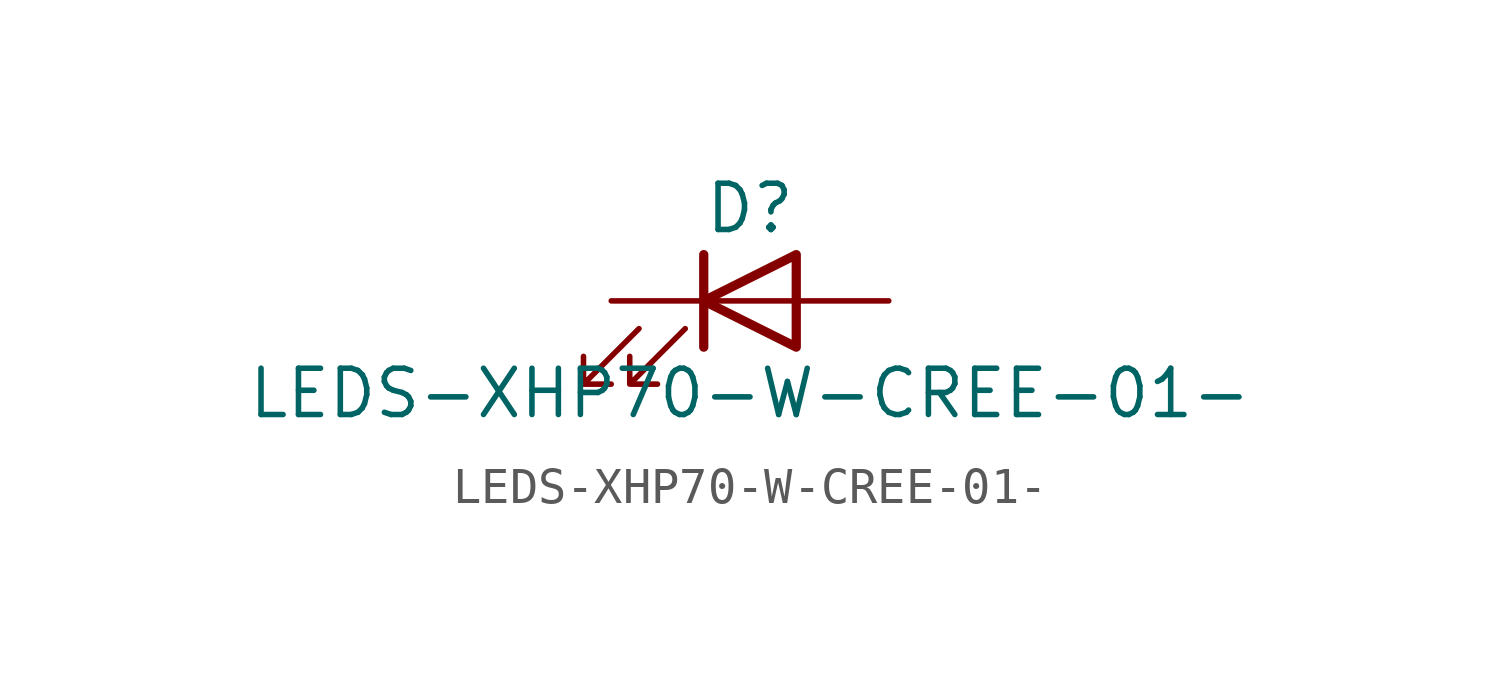
<source format=kicad_sym>
(kicad_symbol_lib
  (version 20211014)
  (generator kicad_symbol_editor)
  (symbol "LEDS-XHP70-W-CREE-01-"
    (pin_numbers hide)
    (pin_names
      (offset 1.016) hide)
    (property "Reference" "D"
      (at 0 2.54 0)
      (effects (font (size 1.27 1.27))))
    (property "Value" "LEDS-XHP70-W-CREE-01-"
      (at 0 -2.54 0)
      (effects (font (size 1.27 1.27))))
    (symbol "LEDS-XHP70-W-CREE-01-_0_1"
      (polyline (pts (xy -1.27 -1.27) (xy -1.27 1.27)) (stroke (width 0.254) (type default) (color 0 0 0 0)) (fill (type none)))
      (polyline (pts (xy -1.27 0) (xy 1.27 0)) (stroke (width 0) (type default) (color 0 0 0 0)) (fill (type none)))
      (polyline (pts (xy 1.27 -1.27) (xy 1.27 1.27) (xy -1.27 0) (xy 1.27 -1.27)) (stroke (width 0.254) (type default) (color 0 0 0 0)) (fill (type none)))
      (polyline (pts (xy -3.048 -0.762) (xy -4.572 -2.286) (xy -3.81 -2.286) (xy -4.572 -2.286) (xy -4.572 -1.524)) (stroke (width 0) (type default) (color 0 0 0 0)) (fill (type none)))
      (polyline (pts (xy -1.778 -0.762) (xy -3.302 -2.286) (xy -2.54 -2.286) (xy -3.302 -2.286) (xy -3.302 -1.524)) (stroke (width 0) (type default) (color 0 0 0 0)) (fill (type none))))
    (symbol "LEDS-XHP70-W-CREE-01-_1_1"
      (pin passive line (at -3.81 0 0) (length 2.54) (name "K" (effects (font (size 1.27 1.27)))) (number "1" (effects (font (size 1.27 1.27)))))
      (pin passive line (at 3.81 0 180) (length 2.54) (name "A" (effects (font (size 1.27 1.27)))) (number "2" (effects (font (size 1.27 1.27))))))))
</source>
